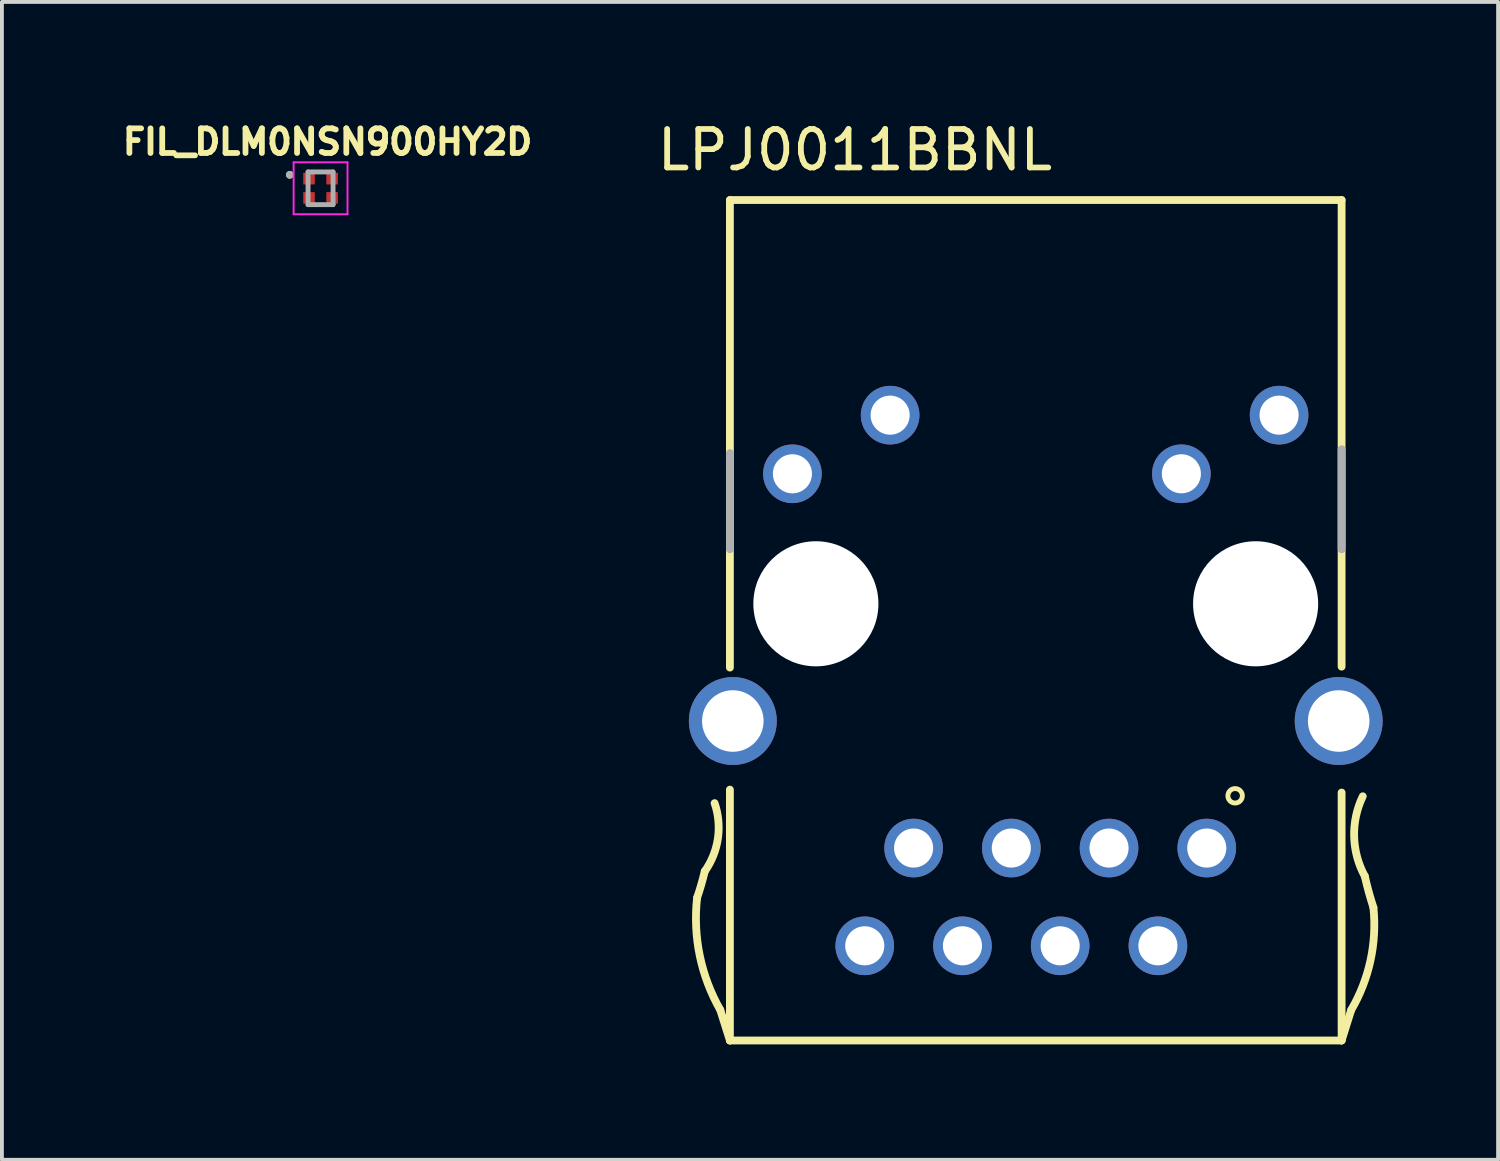
<source format=kicad_pcb>
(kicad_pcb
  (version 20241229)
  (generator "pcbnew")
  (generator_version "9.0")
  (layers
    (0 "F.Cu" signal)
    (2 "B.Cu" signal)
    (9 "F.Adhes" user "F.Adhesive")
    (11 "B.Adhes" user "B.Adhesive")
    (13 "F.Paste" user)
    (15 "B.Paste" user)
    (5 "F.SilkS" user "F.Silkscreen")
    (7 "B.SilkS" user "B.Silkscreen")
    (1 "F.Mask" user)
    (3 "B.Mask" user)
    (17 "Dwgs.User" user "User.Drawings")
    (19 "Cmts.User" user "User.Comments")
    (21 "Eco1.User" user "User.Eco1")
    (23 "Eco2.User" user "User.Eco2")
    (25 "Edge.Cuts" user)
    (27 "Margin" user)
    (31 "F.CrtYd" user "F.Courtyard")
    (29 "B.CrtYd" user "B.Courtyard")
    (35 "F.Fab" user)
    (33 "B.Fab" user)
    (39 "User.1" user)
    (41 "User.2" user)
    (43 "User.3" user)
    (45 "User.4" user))
  (footprint "LPJ0011BBNL"
    (layer "F.Cu")
    (at 23.872 12.58)
    (property "Reference" "LPJ0011BBNL" (at -4.7 -11.732 0) (layer "F.SilkS") (effects (font (size 1 1) (thickness 0.15))))
    (attr through_hole)
    (fp_line (start -7.95 -10.43) (end 7.95 -10.43) (stroke (width 0.203) (type solid)) (layer "F.SilkS"))
    (fp_line (start -7.95 1.722) (end -7.95 -10.43) (stroke (width 0.203) (type solid)) (layer "F.SilkS"))
    (fp_line (start -7.95 11.415) (end -8.2 10.621) (stroke (width 0.203) (type solid)) (layer "F.SilkS"))
    (fp_line (start -7.95 11.415) (end -7.95 4.895) (stroke (width 0.203) (type solid)) (layer "F.SilkS"))
    (fp_line (start 7.95 -10.43) (end 7.95 1.698) (stroke (width 0.203) (type solid)) (layer "F.SilkS"))
    (fp_line (start 7.95 4.971) (end 7.95 11.415) (stroke (width 0.203) (type solid)) (layer "F.SilkS"))
    (fp_line (start 7.95 11.415) (end -7.95 11.415) (stroke (width 0.203) (type solid)) (layer "F.SilkS"))
    (fp_line (start 7.95 11.415) (end 8.2 10.621) (stroke (width 0.203) (type solid)) (layer "F.SilkS"))
    (fp_arc (start -8.6036 7.0179) (mid -8.694781 7.363679) (end -8.8024 7.7047) (stroke (width 0.2032) (type solid)) (layer "F.SilkS"))
    (fp_arc (start -8.3476 5.2455) (mid -8.261757 6.162587) (end -8.6036 7.0179) (stroke (width 0.2032) (type solid)) (layer "F.SilkS"))
    (fp_arc (start -8.2 10.6215) (mid -8.733249 9.211024) (end -8.8024 7.7047) (stroke (width 0.2032) (type solid)) (layer "F.SilkS"))
    (fp_arc (start 8.5528 7.1449) (mid 8.275782 6.11267) (end 8.5 5.0677) (stroke (width 0.2032) (type solid)) (layer "F.SilkS"))
    (fp_arc (start 8.777 7.9587) (mid 8.700342 9.336004) (end 8.2 10.6215) (stroke (width 0.2032) (type solid)) (layer "F.SilkS"))
    (fp_arc (start 8.777 7.9587) (mid 8.655161 7.554483) (end 8.5528 7.1449) (stroke (width 0.2032) (type solid)) (layer "F.SilkS"))
    (fp_circle (center 5.182 5.055) (end 5.37 5.055) (stroke (width 0.127) (type solid)) (fill no) (layer "F.SilkS"))
    (fp_line (start -7.95 -1.353) (end -7.95 -3.853) (stroke (width 0.203) (type solid)) (layer "F.Fab"))
    (fp_line (start 7.95 -3.954) (end 7.95 -1.353) (stroke (width 0.203) (type solid)) (layer "F.Fab"))
    (pad "" np_thru_hole circle (at -5.715 0.064) (size 3.251 3.251) (drill 3.251) (layers "*.Cu" "*.Mask"))
    (pad "" np_thru_hole circle (at 5.715 0.064) (size 3.251 3.251) (drill 3.251) (layers "*.Cu" "*.Mask"))
    (pad "1" thru_hole circle (at 4.445 6.413) (size 1.524 1.524) (drill 1.016) (layers "*.Cu" "*.Mask"))
    (pad "2" thru_hole circle (at 3.175 8.954) (size 1.524 1.524) (drill 1.016) (layers "*.Cu" "*.Mask"))
    (pad "3" thru_hole circle (at 1.905 6.413) (size 1.524 1.524) (drill 1.016) (layers "*.Cu" "*.Mask"))
    (pad "4" thru_hole circle (at 0.635 8.954) (size 1.524 1.524) (drill 1.016) (layers "*.Cu" "*.Mask"))
    (pad "5" thru_hole circle (at -0.635 6.413) (size 1.524 1.524) (drill 1.016) (layers "*.Cu" "*.Mask"))
    (pad "6" thru_hole circle (at -1.905 8.954) (size 1.524 1.524) (drill 1.016) (layers "*.Cu" "*.Mask"))
    (pad "7" thru_hole circle (at -3.175 6.413) (size 1.524 1.524) (drill 1.016) (layers "*.Cu" "*.Mask"))
    (pad "8" thru_hole circle (at -4.445 8.954) (size 1.524 1.524) (drill 1.016) (layers "*.Cu" "*.Mask"))
    (pad "A1" thru_hole circle (at -6.325 -3.315) (size 1.524 1.524) (drill 1.016) (layers "*.Cu" "*.Mask"))
    (pad "A2" thru_hole circle (at 3.785 -3.315) (size 1.524 1.524) (drill 1.016) (layers "*.Cu" "*.Mask"))
    (pad "C1" thru_hole circle (at -3.785 -4.839) (size 1.524 1.524) (drill 1.016) (layers "*.Cu" "*.Mask"))
    (pad "C2" thru_hole circle (at 6.325 -4.839) (size 1.524 1.524) (drill 1.016) (layers "*.Cu" "*.Mask"))
    (pad "S1" thru_hole circle (at -7.874 3.111) (size 2.286 2.286) (drill 1.6) (layers "*.Cu" "*.Mask"))
    (pad "S2" thru_hole circle (at 7.874 3.111) (size 2.286 2.286) (drill 1.6) (layers "*.Cu" "*.Mask")))
  (footprint "FIL_DLM0NSN900HY2D"
    (layer "F.Cu")
    (at 5.282 1.844)
    (property "Reference" "FIL_DLM0NSN900HY2D" (at 0.182 -1.206 0) (layer "F.SilkS") (effects (font (size 0.64 0.64) (thickness 0.15))))
    (attr smd)
    (fp_poly (pts (xy -0.45 -0.4) (xy -0.15 -0.4) (xy -0.15 -0.1) (xy -0.45 -0.1)) (stroke (width 0.01) (type solid)) (fill yes) (layer "F.Mask"))
    (fp_poly (pts (xy -0.45 0.1) (xy -0.15 0.1) (xy -0.15 0.4) (xy -0.45 0.4)) (stroke (width 0.01) (type solid)) (fill yes) (layer "F.Mask"))
    (fp_poly (pts (xy 0.15 -0.4) (xy 0.45 -0.4) (xy 0.45 -0.1) (xy 0.15 -0.1)) (stroke (width 0.01) (type solid)) (fill yes) (layer "F.Mask"))
    (fp_poly (pts (xy 0.15 0.1) (xy 0.45 0.1) (xy 0.45 0.4) (xy 0.15 0.4)) (stroke (width 0.01) (type solid)) (fill yes) (layer "F.Mask"))
    (fp_circle (center -0.8 -0.35) (end -0.75 -0.35) (stroke (width 0.1) (type solid)) (fill no) (layer "F.SilkS"))
    (fp_line (start -0.7 -0.675) (end -0.7 0.675) (stroke (width 0.05) (type solid)) (layer "F.CrtYd"))
    (fp_line (start -0.7 0.675) (end 0.7 0.675) (stroke (width 0.05) (type solid)) (layer "F.CrtYd"))
    (fp_line (start 0.7 -0.675) (end -0.7 -0.675) (stroke (width 0.05) (type solid)) (layer "F.CrtYd"))
    (fp_line (start 0.7 0.675) (end 0.7 -0.675) (stroke (width 0.05) (type solid)) (layer "F.CrtYd"))
    (fp_line (start -0.325 -0.425) (end -0.325 0.425) (stroke (width 0.127) (type solid)) (layer "F.Fab"))
    (fp_line (start -0.325 0.425) (end 0.325 0.425) (stroke (width 0.127) (type solid)) (layer "F.Fab"))
    (fp_line (start 0.325 -0.425) (end -0.325 -0.425) (stroke (width 0.127) (type solid)) (layer "F.Fab"))
    (fp_line (start 0.325 0.425) (end 0.325 -0.425) (stroke (width 0.127) (type solid)) (layer "F.Fab"))
    (fp_circle (center -0.8 -0.35) (end -0.75 -0.35) (stroke (width 0.1) (type solid)) (fill no) (layer "F.Fab"))
    (pad "1" smd rect (at -0.3 -0.25) (size 0.3 0.3) (layers "F.Cu" "F.Paste"))
    (pad "2" smd rect (at 0.3 -0.25) (size 0.3 0.3) (layers "F.Cu" "F.Paste"))
    (pad "3" smd rect (at 0.3 0.25) (size 0.3 0.3) (layers "F.Cu" "F.Paste"))
    (pad "4" smd rect (at -0.3 0.25) (size 0.3 0.3) (layers "F.Cu" "F.Paste")))
  (gr_rect
    (start -3 -3)
    (end 35.889 27.096)
    (stroke (width 0.1) (type default))
    (fill no)
    (layer "Edge.Cuts")))
</source>
